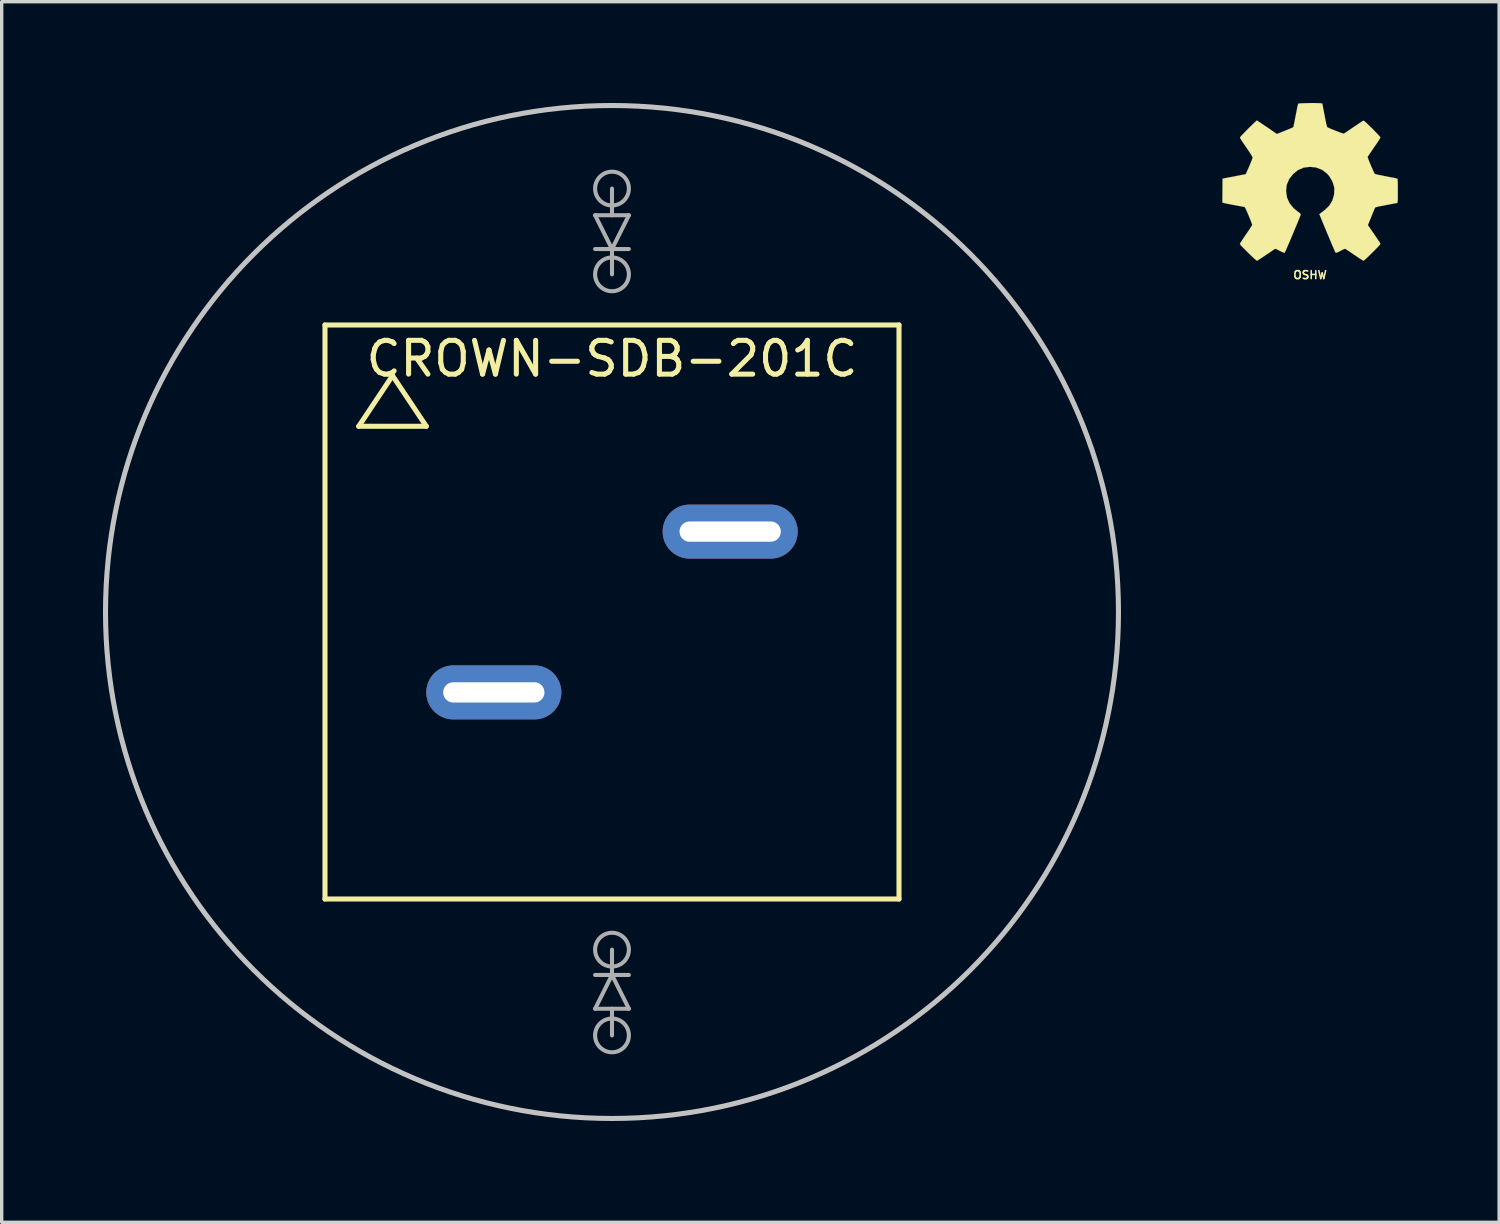
<source format=kicad_pcb>
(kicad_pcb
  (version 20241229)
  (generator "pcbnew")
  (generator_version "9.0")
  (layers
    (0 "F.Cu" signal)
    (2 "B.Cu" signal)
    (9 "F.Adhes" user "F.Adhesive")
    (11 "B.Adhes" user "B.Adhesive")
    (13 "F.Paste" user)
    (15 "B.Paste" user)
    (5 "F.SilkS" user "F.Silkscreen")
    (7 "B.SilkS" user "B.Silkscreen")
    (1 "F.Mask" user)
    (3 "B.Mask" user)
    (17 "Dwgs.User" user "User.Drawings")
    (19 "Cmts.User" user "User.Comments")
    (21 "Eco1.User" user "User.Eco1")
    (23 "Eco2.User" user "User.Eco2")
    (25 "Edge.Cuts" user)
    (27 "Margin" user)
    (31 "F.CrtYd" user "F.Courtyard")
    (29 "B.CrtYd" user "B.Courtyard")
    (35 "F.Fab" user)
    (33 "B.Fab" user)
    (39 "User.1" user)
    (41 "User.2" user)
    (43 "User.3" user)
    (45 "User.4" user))
  (footprint "OSHW"
    (layer "F.Cu")
    (at 35.75 2.338)
    (property "Reference" "OSHW" (at 0 2.756 0) (layer "F.SilkS") (effects (font (size 0.236 0.236) (thickness 0.046))))
    (attr through_hole)
    (fp_poly (pts (xy -1.575 2.334) (xy -1.547 2.322) (xy -1.486 2.281) (xy -1.4 2.225) (xy -1.298 2.156) (xy -1.194 2.088) (xy -1.11 2.029) (xy -1.052 1.991) (xy -1.026 1.979) (xy -1.013 1.984) (xy -0.963 2.007) (xy -0.892 2.045) (xy -0.851 2.065) (xy -0.787 2.093) (xy -0.754 2.098) (xy -0.749 2.09) (xy -0.724 2.04) (xy -0.688 1.956) (xy -0.638 1.841) (xy -0.582 1.709) (xy -0.521 1.567) (xy -0.462 1.422) (xy -0.404 1.285) (xy -0.353 1.161) (xy -0.312 1.059) (xy -0.284 0.988) (xy -0.274 0.958) (xy -0.279 0.953) (xy -0.31 0.919) (xy -0.368 0.876) (xy -0.49 0.777) (xy -0.612 0.625) (xy -0.686 0.455) (xy -0.711 0.262) (xy -0.691 0.084) (xy -0.62 -0.084) (xy -0.5 -0.236) (xy -0.358 -0.351) (xy -0.188 -0.424) (xy 0 -0.447) (xy 0.18 -0.427) (xy 0.356 -0.358) (xy 0.508 -0.241) (xy 0.572 -0.165) (xy 0.663 -0.01) (xy 0.714 0.155) (xy 0.719 0.196) (xy 0.711 0.378) (xy 0.658 0.554) (xy 0.561 0.711) (xy 0.427 0.838) (xy 0.409 0.851) (xy 0.348 0.897) (xy 0.305 0.93) (xy 0.274 0.955) (xy 0.505 1.516) (xy 0.544 1.605) (xy 0.607 1.758) (xy 0.663 1.89) (xy 0.709 1.994) (xy 0.739 2.065) (xy 0.752 2.093) (xy 0.754 2.093) (xy 0.775 2.098) (xy 0.818 2.083) (xy 0.894 2.045) (xy 0.947 2.017) (xy 1.006 1.989) (xy 1.034 1.979) (xy 1.057 1.991) (xy 1.113 2.027) (xy 1.196 2.083) (xy 1.295 2.151) (xy 1.392 2.215) (xy 1.478 2.273) (xy 1.544 2.314) (xy 1.575 2.332) (xy 1.58 2.332) (xy 1.608 2.316) (xy 1.656 2.273) (xy 1.732 2.202) (xy 1.841 2.095) (xy 1.857 2.08) (xy 1.946 1.989) (xy 2.019 1.913) (xy 2.068 1.859) (xy 2.083 1.834) (xy 2.068 1.803) (xy 2.027 1.74) (xy 1.968 1.651) (xy 1.897 1.547) (xy 1.712 1.278) (xy 1.816 1.024) (xy 1.847 0.947) (xy 1.885 0.853) (xy 1.915 0.785) (xy 1.93 0.757) (xy 1.958 0.747) (xy 2.027 0.729) (xy 2.129 0.709) (xy 2.248 0.686) (xy 2.362 0.665) (xy 2.466 0.645) (xy 2.543 0.63) (xy 2.576 0.625) (xy 2.583 0.62) (xy 2.591 0.602) (xy 2.593 0.569) (xy 2.598 0.505) (xy 2.598 0.406) (xy 2.598 0.262) (xy 2.598 0.246) (xy 2.598 0.109) (xy 2.596 0) (xy 2.591 -0.069) (xy 2.586 -0.097) (xy 2.553 -0.104) (xy 2.482 -0.122) (xy 2.377 -0.14) (xy 2.253 -0.165) (xy 2.245 -0.165) (xy 2.123 -0.191) (xy 2.019 -0.211) (xy 1.948 -0.229) (xy 1.918 -0.236) (xy 1.91 -0.246) (xy 1.887 -0.295) (xy 1.852 -0.371) (xy 1.811 -0.462) (xy 1.77 -0.559) (xy 1.735 -0.648) (xy 1.712 -0.711) (xy 1.704 -0.742) (xy 1.725 -0.772) (xy 1.765 -0.836) (xy 1.826 -0.922) (xy 1.897 -1.029) (xy 1.902 -1.036) (xy 1.974 -1.14) (xy 2.032 -1.227) (xy 2.07 -1.29) (xy 2.083 -1.318) (xy 2.083 -1.321) (xy 2.06 -1.351) (xy 2.007 -1.41) (xy 1.93 -1.488) (xy 1.841 -1.582) (xy 1.811 -1.61) (xy 1.709 -1.709) (xy 1.641 -1.773) (xy 1.595 -1.808) (xy 1.575 -1.816) (xy 1.575 -1.814) (xy 1.544 -1.796) (xy 1.478 -1.753) (xy 1.389 -1.692) (xy 1.283 -1.621) (xy 1.275 -1.615) (xy 1.171 -1.544) (xy 1.085 -1.486) (xy 1.024 -1.445) (xy 0.996 -1.43) (xy 0.993 -1.43) (xy 0.95 -1.443) (xy 0.876 -1.468) (xy 0.785 -1.504) (xy 0.688 -1.542) (xy 0.602 -1.577) (xy 0.536 -1.608) (xy 0.505 -1.626) (xy 0.505 -1.628) (xy 0.493 -1.664) (xy 0.475 -1.742) (xy 0.452 -1.849) (xy 0.429 -1.976) (xy 0.424 -1.996) (xy 0.401 -2.121) (xy 0.381 -2.223) (xy 0.368 -2.294) (xy 0.361 -2.324) (xy 0.343 -2.327) (xy 0.282 -2.332) (xy 0.191 -2.334) (xy 0.079 -2.337) (xy -0.038 -2.334) (xy -0.152 -2.332) (xy -0.251 -2.329) (xy -0.323 -2.324) (xy -0.351 -2.319) (xy -0.353 -2.316) (xy -0.363 -2.278) (xy -0.381 -2.2) (xy -0.401 -2.093) (xy -0.427 -1.966) (xy -0.432 -1.943) (xy -0.455 -1.819) (xy -0.475 -1.717) (xy -0.49 -1.648) (xy -0.498 -1.621) (xy -0.508 -1.615) (xy -0.559 -1.593) (xy -0.643 -1.557) (xy -0.744 -1.516) (xy -0.983 -1.42) (xy -1.275 -1.621) (xy -1.303 -1.638) (xy -1.407 -1.709) (xy -1.494 -1.768) (xy -1.554 -1.806) (xy -1.577 -1.821) (xy -1.58 -1.819) (xy -1.608 -1.793) (xy -1.666 -1.74) (xy -1.745 -1.664) (xy -1.839 -1.572) (xy -1.905 -1.504) (xy -1.986 -1.42) (xy -2.037 -1.367) (xy -2.065 -1.331) (xy -2.075 -1.308) (xy -2.073 -1.295) (xy -2.052 -1.265) (xy -2.012 -1.201) (xy -1.951 -1.113) (xy -1.88 -1.008) (xy -1.821 -0.922) (xy -1.758 -0.826) (xy -1.717 -0.754) (xy -1.702 -0.721) (xy -1.707 -0.706) (xy -1.725 -0.65) (xy -1.76 -0.564) (xy -1.803 -0.46) (xy -1.905 -0.229) (xy -2.057 -0.201) (xy -2.149 -0.183) (xy -2.278 -0.157) (xy -2.4 -0.135) (xy -2.593 -0.097) (xy -2.598 0.607) (xy -2.57 0.62) (xy -2.54 0.627) (xy -2.469 0.643) (xy -2.367 0.663) (xy -2.248 0.686) (xy -2.146 0.704) (xy -2.045 0.724) (xy -1.971 0.737) (xy -1.938 0.744) (xy -1.93 0.757) (xy -1.902 0.805) (xy -1.867 0.884) (xy -1.826 0.98) (xy -1.786 1.079) (xy -1.75 1.168) (xy -1.725 1.24) (xy -1.714 1.275) (xy -1.73 1.3) (xy -1.768 1.361) (xy -1.824 1.448) (xy -1.895 1.549) (xy -1.963 1.651) (xy -2.022 1.74) (xy -2.062 1.803) (xy -2.08 1.831) (xy -2.073 1.849) (xy -2.032 1.9) (xy -1.953 1.979) (xy -1.839 2.093) (xy -1.821 2.111) (xy -1.73 2.2) (xy -1.654 2.271) (xy -1.6 2.316) (xy -1.575 2.334)) (stroke (width 0.003) (type solid)) (fill yes) (layer "F.SilkS")))
  (footprint "CROWN-SDB-201C"
    (layer "F.Cu")
    (at 15.075 15.075)
    (property "Reference" "CROWN-SDB-201C" (at 0 -7.5 0) (layer "F.SilkS") (effects (font (size 1 1) (thickness 0.15))))
    (attr through_hole)
    (fp_line (start -8.5 -8.5) (end 8.5 -8.5) (stroke (width 0.15) (type solid)) (layer "F.SilkS"))
    (fp_line (start -8.5 8.5) (end -8.5 -8.5) (stroke (width 0.15) (type solid)) (layer "F.SilkS"))
    (fp_line (start -7.5 -5.5) (end -5.5 -5.5) (stroke (width 0.15) (type solid)) (layer "F.SilkS"))
    (fp_line (start -6.5 -7) (end -7.5 -5.5) (stroke (width 0.15) (type solid)) (layer "F.SilkS"))
    (fp_line (start -5.5 -5.5) (end -6.5 -7) (stroke (width 0.15) (type solid)) (layer "F.SilkS"))
    (fp_line (start 8.5 -8.5) (end 8.5 8.5) (stroke (width 0.15) (type solid)) (layer "F.SilkS"))
    (fp_line (start 8.5 8.5) (end -8.5 8.5) (stroke (width 0.15) (type solid)) (layer "F.SilkS"))
    (fp_circle (center 0 0) (end 15 0) (stroke (width 0.15) (type solid)) (fill no) (layer "Dwgs.User"))
    (fp_line (start -0.5 -11.75) (end 0 -10.75) (stroke (width 0.12) (type solid)) (layer "F.Fab"))
    (fp_line (start -0.5 -10.75) (end 0.5 -10.75) (stroke (width 0.12) (type solid)) (layer "F.Fab"))
    (fp_line (start -0.5 11.75) (end 0.5 11.75) (stroke (width 0.12) (type solid)) (layer "F.Fab"))
    (fp_line (start 0 -11.75) (end 0 -12.54) (stroke (width 0.12) (type solid)) (layer "F.Fab"))
    (fp_line (start 0 -10.75) (end 0 -10) (stroke (width 0.12) (type solid)) (layer "F.Fab"))
    (fp_line (start 0 -10.75) (end 0.5 -11.75) (stroke (width 0.12) (type solid)) (layer "F.Fab"))
    (fp_line (start 0 10.75) (end -0.5 11.75) (stroke (width 0.12) (type solid)) (layer "F.Fab"))
    (fp_line (start 0 10.75) (end 0 10) (stroke (width 0.12) (type solid)) (layer "F.Fab"))
    (fp_line (start 0 11.75) (end 0 12.54) (stroke (width 0.12) (type solid)) (layer "F.Fab"))
    (fp_line (start 0.5 -11.75) (end -0.5 -11.75) (stroke (width 0.12) (type solid)) (layer "F.Fab"))
    (fp_line (start 0.5 10.75) (end -0.5 10.75) (stroke (width 0.12) (type solid)) (layer "F.Fab"))
    (fp_line (start 0.5 11.75) (end 0 10.75) (stroke (width 0.12) (type solid)) (layer "F.Fab"))
    (fp_circle (center 0 -12.54) (end 0.5 -12.54) (stroke (width 0.12) (type solid)) (fill no) (layer "F.Fab"))
    (fp_circle (center 0 -10) (end 0.5 -10) (stroke (width 0.12) (type solid)) (fill no) (layer "F.Fab"))
    (fp_circle (center 0 10) (end -0.5 10) (stroke (width 0.12) (type solid)) (fill no) (layer "F.Fab"))
    (fp_circle (center 0 12.54) (end -0.5 12.54) (stroke (width 0.12) (type solid)) (fill no) (layer "F.Fab"))
    (pad "1" thru_hole oval (at 3.5 -2.381) (size 4 1.6) (drill oval 3 0.6) (layers "*.Cu" "*.Mask"))
    (pad "2" thru_hole oval (at -3.5 2.381) (size 4 1.6) (drill oval 3 0.6) (layers "*.Cu" "*.Mask")))
  (gr_rect
    (start -3 -3)
    (end 41.349 33.15)
    (stroke (width 0.1) (type default))
    (fill no)
    (layer "Edge.Cuts")))
</source>
